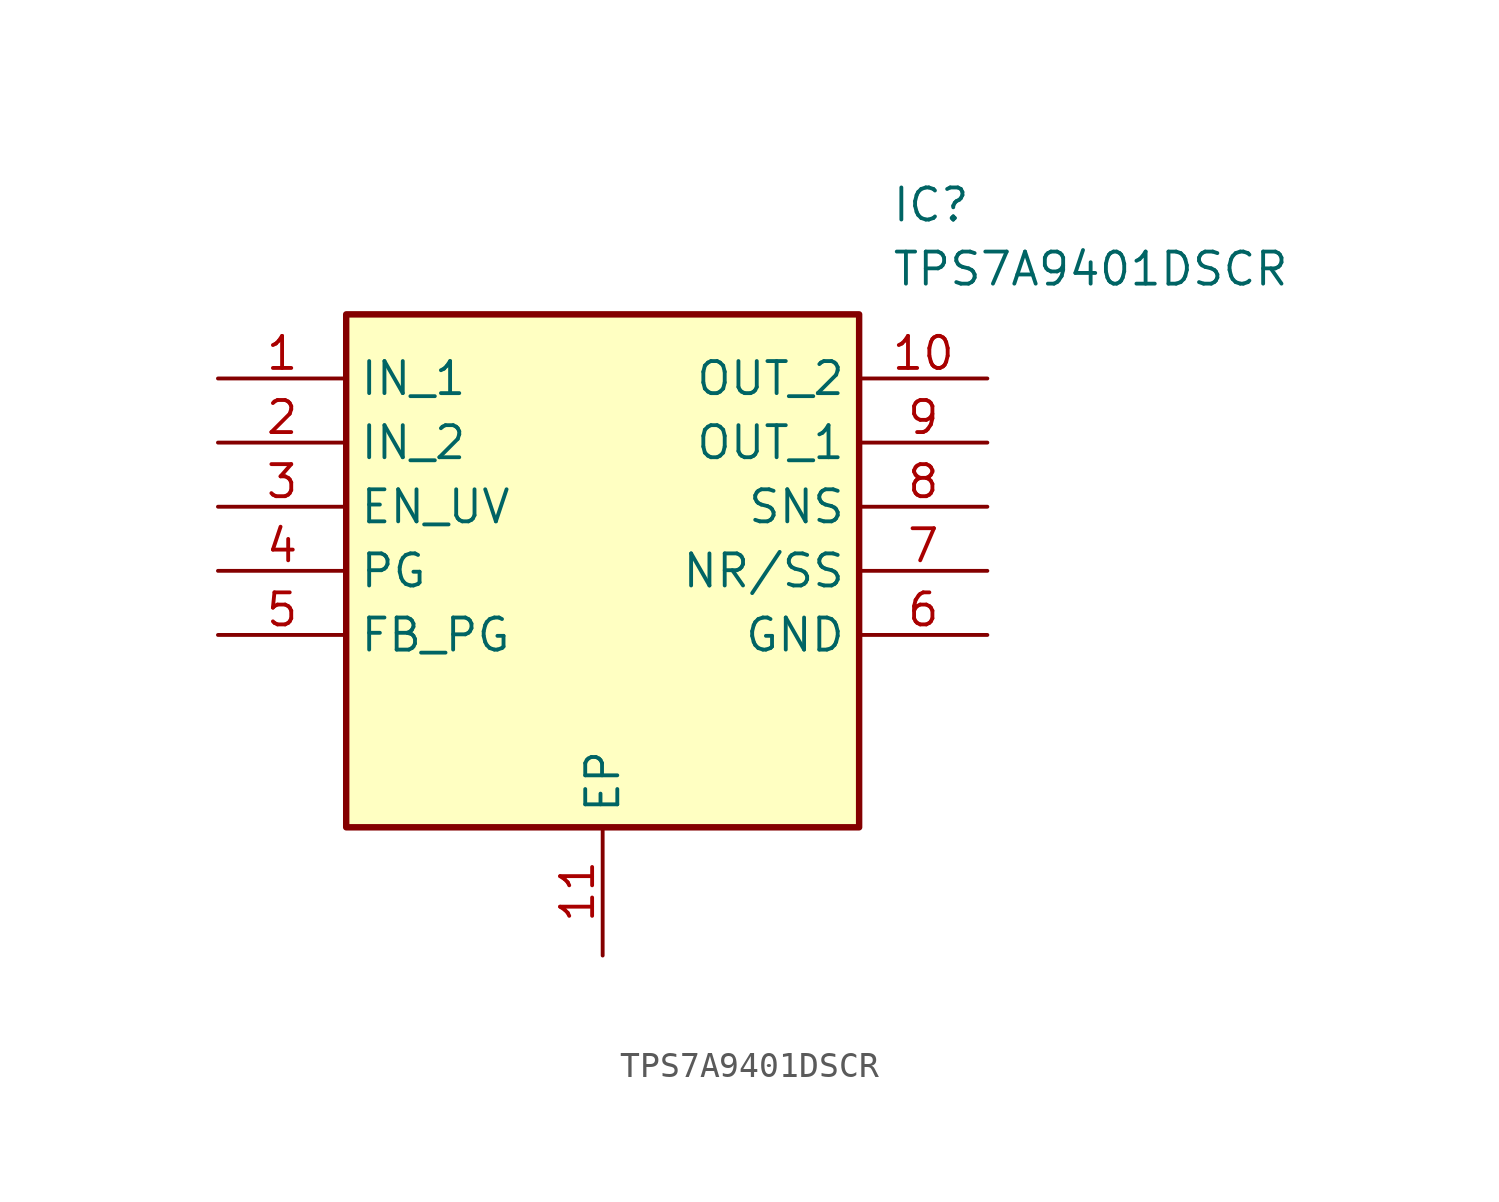
<source format=kicad_sym>
(kicad_symbol_lib
  (version 20211014)
  (generator SamacSys_ECAD_Model)
  (symbol "TPS7A9401DSCR"
    (property "Reference" "IC"
      (at 26.67 7.62 0)
      (effects (font (size 1.27 1.27)) (justify left top)))
    (property "Value" "TPS7A9401DSCR"
      (at 26.67 5.08 0)
      (effects (font (size 1.27 1.27)) (justify left top)))
    (rectangle
      (start 5.08 2.54)
      (end 25.4 -17.78)
      (stroke (width 0.254) (type default))
      (fill (type background)))
    (pin passive line
      (at 0 0 0)
      (length 5.08)
      (name "IN_1" (effects (font (size 1.27 1.27))))
      (number "1" (effects (font (size 1.27 1.27)))))
    (pin passive line
      (at 0 -2.54 0)
      (length 5.08)
      (name "IN_2" (effects (font (size 1.27 1.27))))
      (number "2" (effects (font (size 1.27 1.27)))))
    (pin passive line
      (at 0 -5.08 0)
      (length 5.08)
      (name "EN_UV" (effects (font (size 1.27 1.27))))
      (number "3" (effects (font (size 1.27 1.27)))))
    (pin passive line
      (at 0 -7.62 0)
      (length 5.08)
      (name "PG" (effects (font (size 1.27 1.27))))
      (number "4" (effects (font (size 1.27 1.27)))))
    (pin passive line
      (at 0 -10.16 0)
      (length 5.08)
      (name "FB_PG" (effects (font (size 1.27 1.27))))
      (number "5" (effects (font (size 1.27 1.27)))))
    (pin passive line
      (at 15.24 -22.86 90)
      (length 5.08)
      (name "EP" (effects (font (size 1.27 1.27))))
      (number "11" (effects (font (size 1.27 1.27)))))
    (pin passive line
      (at 30.48 0 180)
      (length 5.08)
      (name "OUT_2" (effects (font (size 1.27 1.27))))
      (number "10" (effects (font (size 1.27 1.27)))))
    (pin passive line
      (at 30.48 -2.54 180)
      (length 5.08)
      (name "OUT_1" (effects (font (size 1.27 1.27))))
      (number "9" (effects (font (size 1.27 1.27)))))
    (pin passive line
      (at 30.48 -5.08 180)
      (length 5.08)
      (name "SNS" (effects (font (size 1.27 1.27))))
      (number "8" (effects (font (size 1.27 1.27)))))
    (pin passive line
      (at 30.48 -7.62 180)
      (length 5.08)
      (name "NR/SS" (effects (font (size 1.27 1.27))))
      (number "7" (effects (font (size 1.27 1.27)))))
    (pin passive line
      (at 30.48 -10.16 180)
      (length 5.08)
      (name "GND" (effects (font (size 1.27 1.27))))
      (number "6" (effects (font (size 1.27 1.27)))))))
</source>
